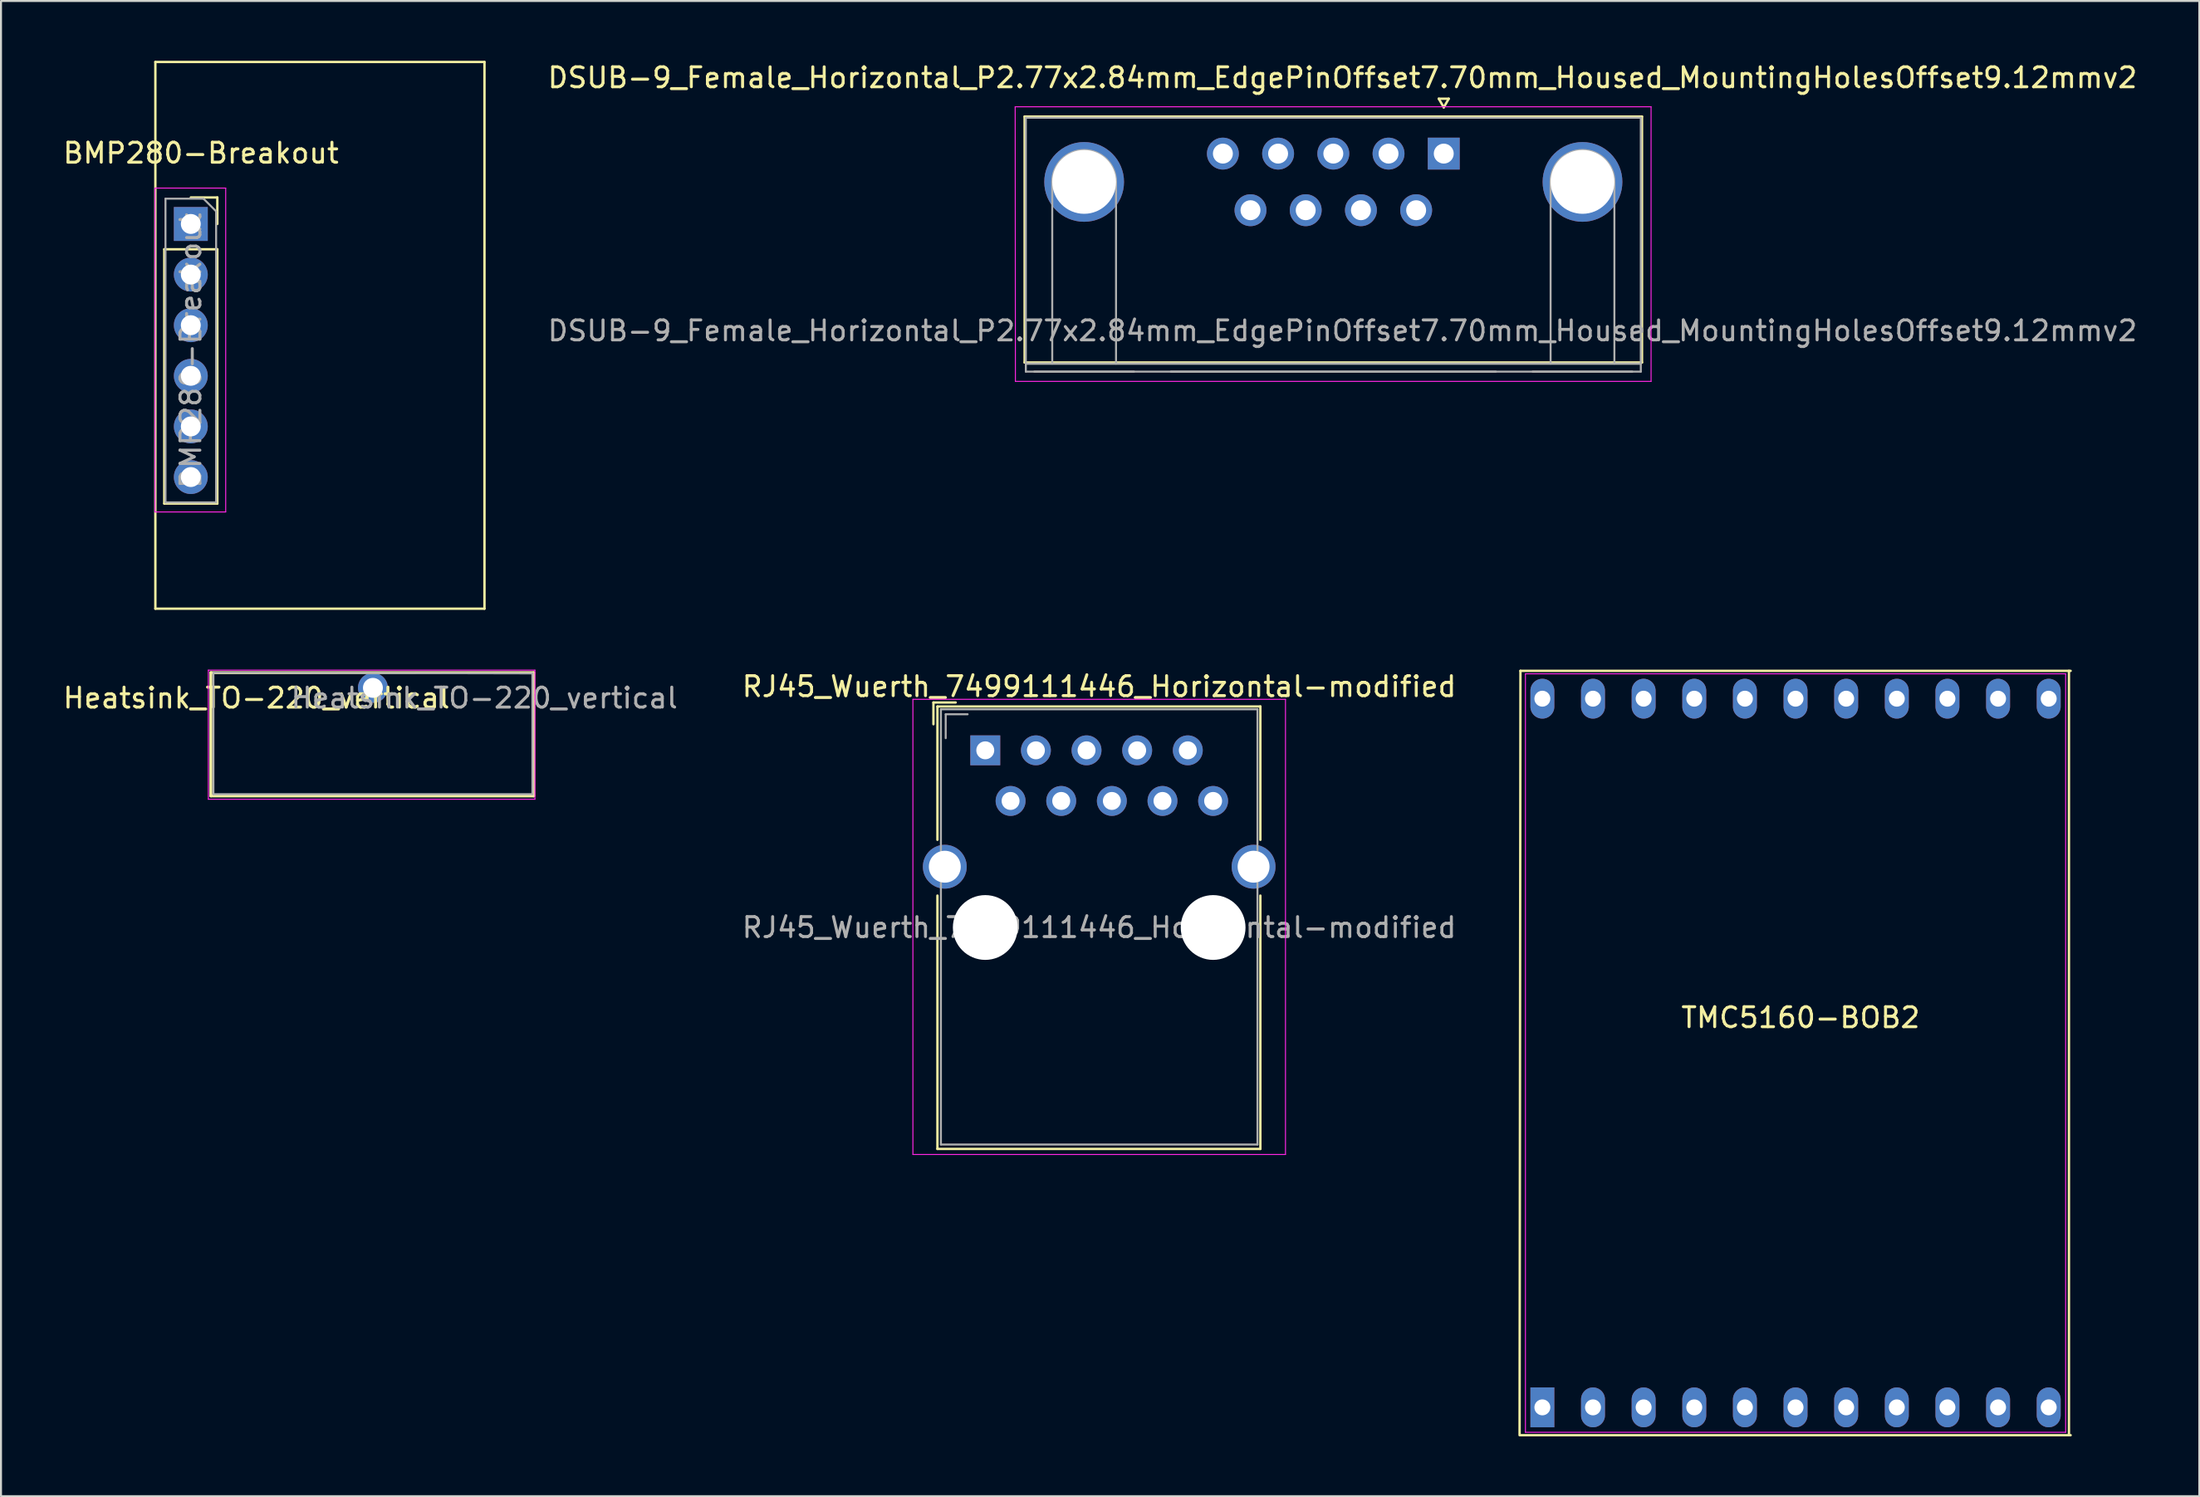
<source format=kicad_pcb>
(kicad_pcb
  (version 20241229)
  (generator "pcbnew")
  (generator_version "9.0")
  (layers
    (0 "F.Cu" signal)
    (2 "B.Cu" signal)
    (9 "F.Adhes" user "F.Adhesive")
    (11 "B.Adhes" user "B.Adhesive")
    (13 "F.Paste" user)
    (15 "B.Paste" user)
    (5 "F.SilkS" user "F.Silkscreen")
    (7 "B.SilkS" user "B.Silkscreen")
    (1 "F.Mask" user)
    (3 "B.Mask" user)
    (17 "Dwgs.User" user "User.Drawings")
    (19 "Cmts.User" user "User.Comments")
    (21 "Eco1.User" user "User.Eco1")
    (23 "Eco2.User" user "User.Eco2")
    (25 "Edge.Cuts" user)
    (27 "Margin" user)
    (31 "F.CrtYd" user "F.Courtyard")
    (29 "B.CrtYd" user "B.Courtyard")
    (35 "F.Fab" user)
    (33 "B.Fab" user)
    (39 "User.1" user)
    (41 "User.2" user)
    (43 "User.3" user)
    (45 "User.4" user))
  (footprint "TMC5160-BOB2"
    (layer "F.Cu")
    (at 87.023 49.789)
    (property "Reference" "TMC5160-BOB2" (at 0.254 -1.778 180) (layer "F.SilkS") (effects (font (size 1 1) (thickness 0.15))))
    (attr through_hole)
    (fp_line (start -13.8 19.177) (end 13.8 19.177) (stroke (width 0.12) (type solid)) (layer "F.SilkS"))
    (fp_line (start -13.8 -19.177) (end -13.843 19.177) (stroke (width 0.12) (type solid)) (layer "F.SilkS"))
    (fp_line (start 13.716 19.177) (end 13.716 -19.177) (stroke (width 0.12) (type solid)) (layer "F.SilkS"))
    (fp_line (start 13.8 -19.177) (end -13.8 -19.177) (stroke (width 0.12) (type solid)) (layer "F.SilkS"))
    (fp_line (start -13.55 -19.03) (end 13.55 -19.03) (stroke (width 0.05) (type solid)) (layer "F.CrtYd"))
    (fp_line (start -13.55 19.03) (end -13.55 -19.03) (stroke (width 0.05) (type solid)) (layer "F.CrtYd"))
    (fp_line (start 13.55 -19.03) (end 13.55 19.03) (stroke (width 0.05) (type solid)) (layer "F.CrtYd"))
    (fp_line (start 13.55 19.03) (end -13.55 19.03) (stroke (width 0.05) (type solid)) (layer "F.CrtYd"))
    (pad "1" thru_hole rect (at -12.7 17.78) (size 1.2 2) (drill 0.8) (layers "*.Cu" "*.Mask"))
    (pad "2" thru_hole oval (at -10.16 17.78) (size 1.2 2) (drill 0.8) (layers "*.Cu" "*.Mask"))
    (pad "3" thru_hole oval (at -7.62 17.78) (size 1.2 2) (drill 0.8) (layers "*.Cu" "*.Mask"))
    (pad "4" thru_hole oval (at -5.08 17.78) (size 1.2 2) (drill 0.8) (layers "*.Cu" "*.Mask"))
    (pad "5" thru_hole oval (at -2.54 17.78) (size 1.2 2) (drill 0.8) (layers "*.Cu" "*.Mask"))
    (pad "6" thru_hole oval (at 0 17.78) (size 1.2 2) (drill 0.8) (layers "*.Cu" "*.Mask"))
    (pad "7" thru_hole oval (at 2.54 17.78) (size 1.2 2) (drill 0.8) (layers "*.Cu" "*.Mask"))
    (pad "8" thru_hole oval (at 5.08 17.78) (size 1.2 2) (drill 0.8) (layers "*.Cu" "*.Mask"))
    (pad "9" thru_hole oval (at 7.62 17.78) (size 1.2 2) (drill 0.8) (layers "*.Cu" "*.Mask"))
    (pad "10" thru_hole oval (at 10.16 17.78) (size 1.2 2) (drill 0.8) (layers "*.Cu" "*.Mask"))
    (pad "11" thru_hole oval (at 12.7 17.78) (size 1.2 2) (drill 0.8) (layers "*.Cu" "*.Mask"))
    (pad "12" thru_hole oval (at -12.7 -17.78) (size 1.2 2) (drill 0.8) (layers "*.Cu" "*.Mask"))
    (pad "13" thru_hole oval (at -10.16 -17.78) (size 1.2 2) (drill 0.8) (layers "*.Cu" "*.Mask"))
    (pad "14" thru_hole oval (at -7.62 -17.78) (size 1.2 2) (drill 0.8) (layers "*.Cu" "*.Mask"))
    (pad "15" thru_hole oval (at -5.08 -17.78) (size 1.2 2) (drill 0.8) (layers "*.Cu" "*.Mask"))
    (pad "16" thru_hole oval (at -2.54 -17.78) (size 1.2 2) (drill 0.8) (layers "*.Cu" "*.Mask"))
    (pad "17" thru_hole oval (at 0 -17.78) (size 1.2 2) (drill 0.8) (layers "*.Cu" "*.Mask"))
    (pad "18" thru_hole oval (at 2.54 -17.78) (size 1.2 2) (drill 0.8) (layers "*.Cu" "*.Mask"))
    (pad "19" thru_hole oval (at 5.08 -17.78) (size 1.2 2) (drill 0.8) (layers "*.Cu" "*.Mask"))
    (pad "20" thru_hole oval (at 7.62 -17.78) (size 1.2 2) (drill 0.8) (layers "*.Cu" "*.Mask"))
    (pad "21" thru_hole oval (at 10.16 -17.78) (size 1.2 2) (drill 0.8) (layers "*.Cu" "*.Mask"))
    (pad "22" thru_hole oval (at 12.7 -17.78) (size 1.2 2) (drill 0.8) (layers "*.Cu" "*.Mask")))
  (footprint "RJ45_Wuerth_7499111446_Horizontal-modified"
    (layer "F.Cu")
    (at 46.376 34.6)
    (property "Reference" "RJ45_Wuerth_7499111446_Horizontal-modified" (at 5.715 -3.2 180) (layer "F.SilkS") (effects (font (size 1 1) (thickness 0.15))))
    (attr through_hole)
    (fp_line (start -2.6 -2.4) (end -1.485 -2.4) (stroke (width 0.12) (type solid)) (layer "F.SilkS"))
    (fp_line (start -2.6 -1.31) (end -2.6 -2.4) (stroke (width 0.12) (type solid)) (layer "F.SilkS"))
    (fp_line (start -2.4 -2.2) (end -2.4 4.49) (stroke (width 0.12) (type solid)) (layer "F.SilkS"))
    (fp_line (start -2.4 7.29) (end -2.4 20) (stroke (width 0.12) (type solid)) (layer "F.SilkS"))
    (fp_line (start 13.8 -2.2) (end -2.4 -2.2) (stroke (width 0.12) (type solid)) (layer "F.SilkS"))
    (fp_line (start 13.8 4.49) (end 13.8 -2.2) (stroke (width 0.12) (type solid)) (layer "F.SilkS"))
    (fp_line (start 13.8 20) (end -2.4 20) (stroke (width 0.12) (type solid)) (layer "F.SilkS"))
    (fp_line (start 13.8 20) (end 13.8 7.29) (stroke (width 0.12) (type solid)) (layer "F.SilkS"))
    (fp_line (start -3.63 -2.56) (end 15.06 -2.56) (stroke (width 0.05) (type solid)) (layer "F.CrtYd"))
    (fp_line (start -3.63 20.28) (end -3.63 -2.56) (stroke (width 0.05) (type solid)) (layer "F.CrtYd"))
    (fp_line (start 15.06 -2.56) (end 15.06 20.28) (stroke (width 0.05) (type solid)) (layer "F.CrtYd"))
    (fp_line (start 15.06 20.28) (end -3.63 20.28) (stroke (width 0.05) (type solid)) (layer "F.CrtYd"))
    (fp_line (start -2.225 19.78) (end -2.225 -2.06) (stroke (width 0.1) (type solid)) (layer "F.Fab"))
    (fp_line (start -1.985 -1.81) (end -0.885 -1.81) (stroke (width 0.1) (type solid)) (layer "F.Fab"))
    (fp_line (start -1.985 -0.61) (end -1.985 -1.81) (stroke (width 0.1) (type solid)) (layer "F.Fab"))
    (fp_line (start 13.655 -2.06) (end -2.225 -2.06) (stroke (width 0.1) (type solid)) (layer "F.Fab"))
    (fp_line (start 13.655 19.78) (end -2.225 19.78) (stroke (width 0.1) (type solid)) (layer "F.Fab"))
    (fp_line (start 13.655 19.78) (end 13.655 -2.06) (stroke (width 0.1) (type solid)) (layer "F.Fab"))
    (fp_text user "${REFERENCE}" (at 5.715 8.89 180) (layer "F.Fab") (effects (font (size 1 1) (thickness 0.15))))
    (pad "" np_thru_hole circle (at 0 8.89 180) (size 3.25 3.25) (drill 3.25) (layers "*.Cu" "*.Mask"))
    (pad "" np_thru_hole circle (at 11.43 8.89 180) (size 3.25 3.25) (drill 3.25) (layers "*.Cu" "*.Mask"))
    (pad "1" thru_hole rect (at 0 0 180) (size 1.5 1.5) (drill 0.9) (layers "*.Cu" "*.Mask"))
    (pad "2" thru_hole circle (at 1.27 2.54 180) (size 1.5 1.5) (drill 0.9) (layers "*.Cu" "*.Mask"))
    (pad "3" thru_hole circle (at 2.54 0 180) (size 1.5 1.5) (drill 0.9) (layers "*.Cu" "*.Mask"))
    (pad "4" thru_hole circle (at 3.81 2.54 180) (size 1.5 1.5) (drill 0.9) (layers "*.Cu" "*.Mask"))
    (pad "5" thru_hole circle (at 5.08 0 180) (size 1.5 1.5) (drill 0.9) (layers "*.Cu" "*.Mask"))
    (pad "6" thru_hole circle (at 6.35 2.54 180) (size 1.5 1.5) (drill 0.9) (layers "*.Cu" "*.Mask"))
    (pad "7" thru_hole circle (at 7.62 0 180) (size 1.5 1.5) (drill 0.9) (layers "*.Cu" "*.Mask"))
    (pad "8" thru_hole circle (at 8.89 2.54 180) (size 1.5 1.5) (drill 0.9) (layers "*.Cu" "*.Mask"))
    (pad "9" thru_hole circle (at 10.16 0 180) (size 1.5 1.5) (drill 0.9) (layers "*.Cu" "*.Mask"))
    (pad "10" thru_hole circle (at 11.43 2.54 180) (size 1.5 1.5) (drill 0.9) (layers "*.Cu" "*.Mask"))
    (pad "SH" thru_hole circle (at -2.03 5.84 180) (size 2.2 2.2) (drill 1.6) (layers "*.Cu" "*.Mask"))
    (pad "SH" thru_hole circle (at 13.46 5.84 180) (size 2.2 2.2) (drill 1.6) (layers "*.Cu" "*.Mask")))
  (footprint "BMP280-Breakout"
    (layer "F.Cu")
    (at 6.522 8.188)
    (property "Reference" "BMP280-Breakout" (at 0.508 -3.556 0) (layer "F.SilkS") (effects (font (size 1 1) (thickness 0.15))))
    (attr through_hole)
    (fp_line (start -1.778 -8.128) (end -1.778 19.304) (stroke (width 0.12) (type solid)) (layer "F.SilkS"))
    (fp_line (start -1.778 19.304) (end 14.732 19.304) (stroke (width 0.12) (type solid)) (layer "F.SilkS"))
    (fp_line (start -1.33 1.27) (end -1.33 14.03) (stroke (width 0.12) (type solid)) (layer "F.SilkS"))
    (fp_line (start -1.33 1.27) (end 1.33 1.27) (stroke (width 0.12) (type solid)) (layer "F.SilkS"))
    (fp_line (start -1.33 14.03) (end 1.33 14.03) (stroke (width 0.12) (type solid)) (layer "F.SilkS"))
    (fp_line (start 0 -1.33) (end 1.33 -1.33) (stroke (width 0.12) (type solid)) (layer "F.SilkS"))
    (fp_line (start 1.33 -1.33) (end 1.33 0) (stroke (width 0.12) (type solid)) (layer "F.SilkS"))
    (fp_line (start 1.33 1.27) (end 1.33 14.03) (stroke (width 0.12) (type solid)) (layer "F.SilkS"))
    (fp_line (start 14.732 -8.128) (end -1.778 -8.128) (stroke (width 0.12) (type solid)) (layer "F.SilkS"))
    (fp_line (start 14.732 19.304) (end 14.732 -8.128) (stroke (width 0.12) (type solid)) (layer "F.SilkS"))
    (fp_line (start -1.8 -1.8) (end 1.75 -1.8) (stroke (width 0.05) (type solid)) (layer "F.CrtYd"))
    (fp_line (start -1.8 14.45) (end -1.8 -1.8) (stroke (width 0.05) (type solid)) (layer "F.CrtYd"))
    (fp_line (start 1.75 -1.8) (end 1.75 14.45) (stroke (width 0.05) (type solid)) (layer "F.CrtYd"))
    (fp_line (start 1.75 14.45) (end -1.8 14.45) (stroke (width 0.05) (type solid)) (layer "F.CrtYd"))
    (fp_line (start -1.27 -1.27) (end 0.635 -1.27) (stroke (width 0.1) (type solid)) (layer "F.Fab"))
    (fp_line (start -1.27 13.97) (end -1.27 -1.27) (stroke (width 0.1) (type solid)) (layer "F.Fab"))
    (fp_line (start 0.635 -1.27) (end 1.27 -0.635) (stroke (width 0.1) (type solid)) (layer "F.Fab"))
    (fp_line (start 1.27 -0.635) (end 1.27 13.97) (stroke (width 0.1) (type solid)) (layer "F.Fab"))
    (fp_line (start 1.27 13.97) (end -1.27 13.97) (stroke (width 0.1) (type solid)) (layer "F.Fab"))
    (fp_text user "${REFERENCE}" (at 0 6.35 90) (layer "F.Fab") (effects (font (size 1 1) (thickness 0.15))))
    (pad "1" thru_hole rect (at 0 0) (size 1.7 1.7) (drill 1) (layers "*.Cu" "*.Mask"))
    (pad "2" thru_hole oval (at 0 2.54) (size 1.7 1.7) (drill 1) (layers "*.Cu" "*.Mask"))
    (pad "3" thru_hole oval (at 0 5.08) (size 1.7 1.7) (drill 1) (layers "*.Cu" "*.Mask"))
    (pad "4" thru_hole oval (at 0 7.62) (size 1.7 1.7) (drill 1) (layers "*.Cu" "*.Mask"))
    (pad "5" thru_hole oval (at 0 10.16) (size 1.7 1.7) (drill 1) (layers "*.Cu" "*.Mask"))
    (pad "6" thru_hole oval (at 0 12.7) (size 1.7 1.7) (drill 1) (layers "*.Cu" "*.Mask")))
  (footprint "Heatsink_TO-220_vertical"
    (layer "F.Cu")
    (at 23.277 43.658)
    (property "Reference" "Heatsink_TO-220_vertical" (at -13.462 -11.684 0) (layer "F.SilkS") (effects (font (size 1 1) (thickness 0.15))))
    (attr through_hole)
    (fp_line (start -15.748 -12.954) (end -15.748 -6.772) (stroke (width 0.15) (type solid)) (layer "F.SilkS"))
    (fp_line (start -15.748 -6.772) (end 0.444 -6.772) (stroke (width 0.15) (type solid)) (layer "F.SilkS"))
    (fp_line (start 0.444 -12.954) (end -15.748 -12.954) (stroke (width 0.15) (type solid)) (layer "F.SilkS"))
    (fp_line (start 0.444 -6.772) (end 0.444 -12.954) (stroke (width 0.15) (type solid)) (layer "F.SilkS"))
    (fp_line (start -15.875 -13.081) (end -15.875 -6.604) (stroke (width 0.05) (type solid)) (layer "F.CrtYd"))
    (fp_line (start -15.875 -13.081) (end 0.508 -13.081) (stroke (width 0.05) (type solid)) (layer "F.CrtYd"))
    (fp_line (start 0.508 -6.604) (end -15.875 -6.604) (stroke (width 0.05) (type solid)) (layer "F.CrtYd"))
    (fp_line (start 0.508 -6.604) (end 0.508 -13.081) (stroke (width 0.05) (type solid)) (layer "F.CrtYd"))
    (fp_line (start -15.621 -12.954) (end 0.381 -12.92) (stroke (width 0.1) (type solid)) (layer "F.Fab"))
    (fp_line (start -15.621 -6.858) (end -15.621 -12.92) (stroke (width 0.1) (type solid)) (layer "F.Fab"))
    (fp_line (start 0.381 -12.92) (end 0.381 -6.858) (stroke (width 0.1) (type solid)) (layer "F.Fab"))
    (fp_line (start 0.381 -6.858) (end -15.621 -6.858) (stroke (width 0.1) (type solid)) (layer "F.Fab"))
    (fp_text user "${REFERENCE}" (at -2.032 -11.684 0) (layer "F.Fab") (effects (font (size 1 1) (thickness 0.15))))
    (pad "1" thru_hole circle (at -7.62 -12.192) (size 1.5 1.5) (drill 1) (layers "*.Cu" "*.Mask")))
  (footprint "DSUB-9_Female_Horizontal_P2.77x2.84mm_EdgePinOffset7.70mm_Housed_MountingHolesOffset9.12mmv2"
    (layer "F.Cu")
    (at 69.376 4.658)
    (property "Reference" "DSUB-9_Female_Horizontal_P2.77x2.84mm_EdgePinOffset7.70mm_Housed_MountingHolesOffset9.12mmv2" (at -5.08 -3.81 0) (layer "F.SilkS") (effects (font (size 1 1) (thickness 0.15))))
    (attr through_hole)
    (fp_line (start -21.025 -1.86) (end 9.945 -1.86) (stroke (width 0.12) (type solid)) (layer "F.SilkS"))
    (fp_line (start -21.025 10.48) (end -21.025 -1.86) (stroke (width 0.12) (type solid)) (layer "F.SilkS"))
    (fp_line (start -21.025 10.48) (end 9.945 10.48) (stroke (width 0.12) (type solid)) (layer "F.SilkS"))
    (fp_line (start -0.25 -2.754) (end 0.25 -2.754) (stroke (width 0.12) (type solid)) (layer "F.SilkS"))
    (fp_line (start 0 -2.321) (end -0.25 -2.754) (stroke (width 0.12) (type solid)) (layer "F.SilkS"))
    (fp_line (start 0.25 -2.754) (end 0 -2.321) (stroke (width 0.12) (type solid)) (layer "F.SilkS"))
    (fp_line (start 9.945 -1.86) (end 9.945 10.48) (stroke (width 0.12) (type solid)) (layer "F.SilkS"))
    (fp_line (start -21.5 -2.35) (end -21.488 11.43) (stroke (width 0.05) (type solid)) (layer "F.CrtYd"))
    (fp_line (start -21.488 11.43) (end 10.4 11.43) (stroke (width 0.05) (type solid)) (layer "F.CrtYd"))
    (fp_line (start 10.4 -2.35) (end -21.5 -2.35) (stroke (width 0.05) (type solid)) (layer "F.CrtYd"))
    (fp_line (start 10.4 11.43) (end 10.4 -2.35) (stroke (width 0.05) (type solid)) (layer "F.CrtYd"))
    (fp_line (start -20.965 -1.8) (end -20.965 10.54) (stroke (width 0.1) (type solid)) (layer "F.Fab"))
    (fp_line (start -20.965 10.54) (end -20.965 10.94) (stroke (width 0.1) (type solid)) (layer "F.Fab"))
    (fp_line (start -20.965 10.54) (end 9.885 10.54) (stroke (width 0.1) (type solid)) (layer "F.Fab"))
    (fp_line (start -20.965 10.94) (end 9.885 10.94) (stroke (width 0.1) (type solid)) (layer "F.Fab"))
    (fp_line (start -19.64 10.54) (end -19.64 1.42) (stroke (width 0.1) (type solid)) (layer "F.Fab"))
    (fp_line (start -16.44 10.54) (end -16.44 1.42) (stroke (width 0.1) (type solid)) (layer "F.Fab"))
    (fp_line (start -15.54 10.94) (end -20.54 10.94) (stroke (width 0.1) (type solid)) (layer "F.Fab"))
    (fp_line (start 2.61 10.94) (end -13.69 10.94) (stroke (width 0.1) (type solid)) (layer "F.Fab"))
    (fp_line (start 5.36 10.54) (end 5.36 1.42) (stroke (width 0.1) (type solid)) (layer "F.Fab"))
    (fp_line (start 8.56 10.54) (end 8.56 1.42) (stroke (width 0.1) (type solid)) (layer "F.Fab"))
    (fp_line (start 9.46 10.94) (end 4.46 10.94) (stroke (width 0.1) (type solid)) (layer "F.Fab"))
    (fp_line (start 9.885 -1.8) (end -20.965 -1.8) (stroke (width 0.1) (type solid)) (layer "F.Fab"))
    (fp_line (start 9.885 10.54) (end -20.965 10.54) (stroke (width 0.1) (type solid)) (layer "F.Fab"))
    (fp_line (start 9.885 10.54) (end 9.885 -1.8) (stroke (width 0.1) (type solid)) (layer "F.Fab"))
    (fp_line (start 9.885 10.94) (end 9.885 10.54) (stroke (width 0.1) (type solid)) (layer "F.Fab"))
    (fp_arc (start -19.64 1.42) (mid -18.04 -0.18) (end -16.44 1.42) (stroke (width 0.1) (type solid)) (layer "F.Fab"))
    (fp_arc (start 5.36 1.42) (mid 6.96 -0.18) (end 8.56 1.42) (stroke (width 0.1) (type solid)) (layer "F.Fab"))
    (fp_text user "${REFERENCE}" (at -5.08 8.89 0) (layer "F.Fab") (effects (font (size 1 1) (thickness 0.15))))
    (pad "0" thru_hole circle (at -18.04 1.42) (size 4 4) (drill 3.2) (layers "*.Cu" "*.Mask"))
    (pad "0" thru_hole circle (at 6.96 1.42) (size 4 4) (drill 3.2) (layers "*.Cu" "*.Mask"))
    (pad "1" thru_hole rect (at 0 0) (size 1.6 1.6) (drill 1) (layers "*.Cu" "*.Mask"))
    (pad "2" thru_hole circle (at -2.77 0) (size 1.6 1.6) (drill 1) (layers "*.Cu" "*.Mask"))
    (pad "3" thru_hole circle (at -5.54 0) (size 1.6 1.6) (drill 1) (layers "*.Cu" "*.Mask"))
    (pad "4" thru_hole circle (at -8.31 0) (size 1.6 1.6) (drill 1) (layers "*.Cu" "*.Mask"))
    (pad "5" thru_hole circle (at -11.08 0) (size 1.6 1.6) (drill 1) (layers "*.Cu" "*.Mask"))
    (pad "6" thru_hole circle (at -1.385 2.84) (size 1.6 1.6) (drill 1) (layers "*.Cu" "*.Mask"))
    (pad "7" thru_hole circle (at -4.155 2.84) (size 1.6 1.6) (drill 1) (layers "*.Cu" "*.Mask"))
    (pad "8" thru_hole circle (at -6.925 2.84) (size 1.6 1.6) (drill 1) (layers "*.Cu" "*.Mask"))
    (pad "9" thru_hole circle (at -9.695 2.84) (size 1.6 1.6) (drill 1) (layers "*.Cu" "*.Mask")))
  (gr_rect
    (start -3 -3)
    (end 107.278 72.026)
    (stroke (width 0.1) (type default))
    (fill no)
    (layer "Edge.Cuts")))
</source>
